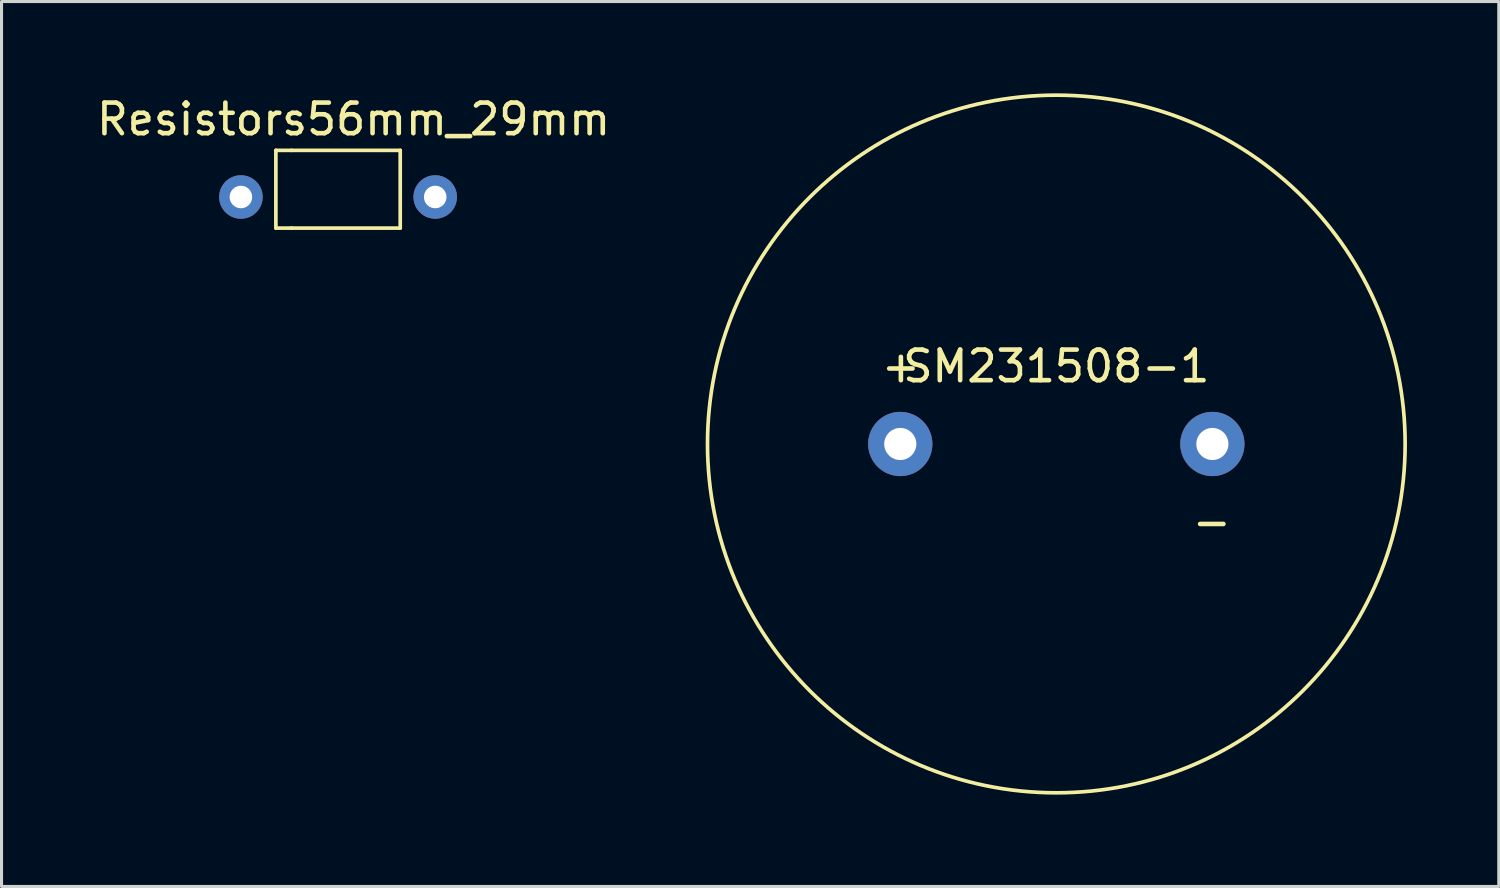
<source format=kicad_pcb>
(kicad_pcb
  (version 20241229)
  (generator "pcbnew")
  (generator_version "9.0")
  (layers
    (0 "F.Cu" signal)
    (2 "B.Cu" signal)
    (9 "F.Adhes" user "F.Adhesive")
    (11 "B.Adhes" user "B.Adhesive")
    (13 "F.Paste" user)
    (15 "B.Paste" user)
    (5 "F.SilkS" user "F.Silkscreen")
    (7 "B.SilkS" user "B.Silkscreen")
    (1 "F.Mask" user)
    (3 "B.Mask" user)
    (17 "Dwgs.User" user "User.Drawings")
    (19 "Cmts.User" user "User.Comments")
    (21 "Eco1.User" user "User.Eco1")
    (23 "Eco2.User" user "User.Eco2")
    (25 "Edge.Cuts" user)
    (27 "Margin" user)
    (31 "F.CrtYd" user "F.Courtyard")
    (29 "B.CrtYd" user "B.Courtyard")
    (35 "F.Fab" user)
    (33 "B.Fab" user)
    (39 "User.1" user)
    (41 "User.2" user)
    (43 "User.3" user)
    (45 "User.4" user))
  (footprint "Resistors56mm_29mm"
    (layer "F.Cu")
    (at 7.998 3.388)
    (property "Reference" "Resistors56mm_29mm" (at 0.508 -2.54 0) (layer "F.SilkS") (effects (font (size 1 1) (thickness 0.15))))
    (attr through_hole)
    (fp_line (start -2.032 -1.524) (end -2.032 1.016) (stroke (width 0.12) (type solid)) (layer "F.SilkS"))
    (fp_line (start -2.032 1.016) (end -1.524 1.016) (stroke (width 0.12) (type solid)) (layer "F.SilkS"))
    (fp_line (start -1.524 -1.524) (end -2.032 -1.524) (stroke (width 0.12) (type solid)) (layer "F.SilkS"))
    (fp_line (start -1.524 1.016) (end 2.032 1.016) (stroke (width 0.12) (type solid)) (layer "F.SilkS"))
    (fp_line (start 2.032 -1.524) (end -1.524 -1.524) (stroke (width 0.12) (type solid)) (layer "F.SilkS"))
    (fp_line (start 2.032 1.016) (end 2.032 -1.524) (stroke (width 0.12) (type solid)) (layer "F.SilkS"))
    (pad "1" thru_hole circle (at 3.175 0) (size 1.422 1.422) (drill 0.737) (layers "*.Cu" "*.Mask"))
    (pad "2" thru_hole circle (at -3.175 0) (size 1.422 1.422) (drill 0.737) (layers "*.Cu" "*.Mask")))
  (footprint "SM231508-1"
    (layer "F.Cu")
    (at 31.472 11.46)
    (property "Reference" "SM231508-1" (at 0 -2.54 0) (layer "F.SilkS") (effects (font (size 1 1) (thickness 0.15))))
    (attr through_hole)
    (fp_circle (center 0 0) (end 11.4 0) (stroke (width 0.12) (type solid)) (fill no) (layer "F.SilkS"))
    (fp_text user "+" (at -5.08 -2.54 0) (layer "F.SilkS") (effects (font (size 1 1) (thickness 0.15))))
    (fp_text user "-" (at 5.08 2.54 0) (layer "F.SilkS") (effects (font (size 1 1) (thickness 0.15))))
    (pad "1" thru_hole circle (at -5.1 0) (size 2.1 2.1) (drill 1.05) (layers "*.Cu" "*.Mask"))
    (pad "2" thru_hole circle (at 5.1 0) (size 2.1 2.1) (drill 1.05) (layers "*.Cu" "*.Mask")))
  (gr_rect
    (start -3 -3)
    (end 45.932 25.92)
    (stroke (width 0.1) (type default))
    (fill no)
    (layer "Edge.Cuts")))
</source>
